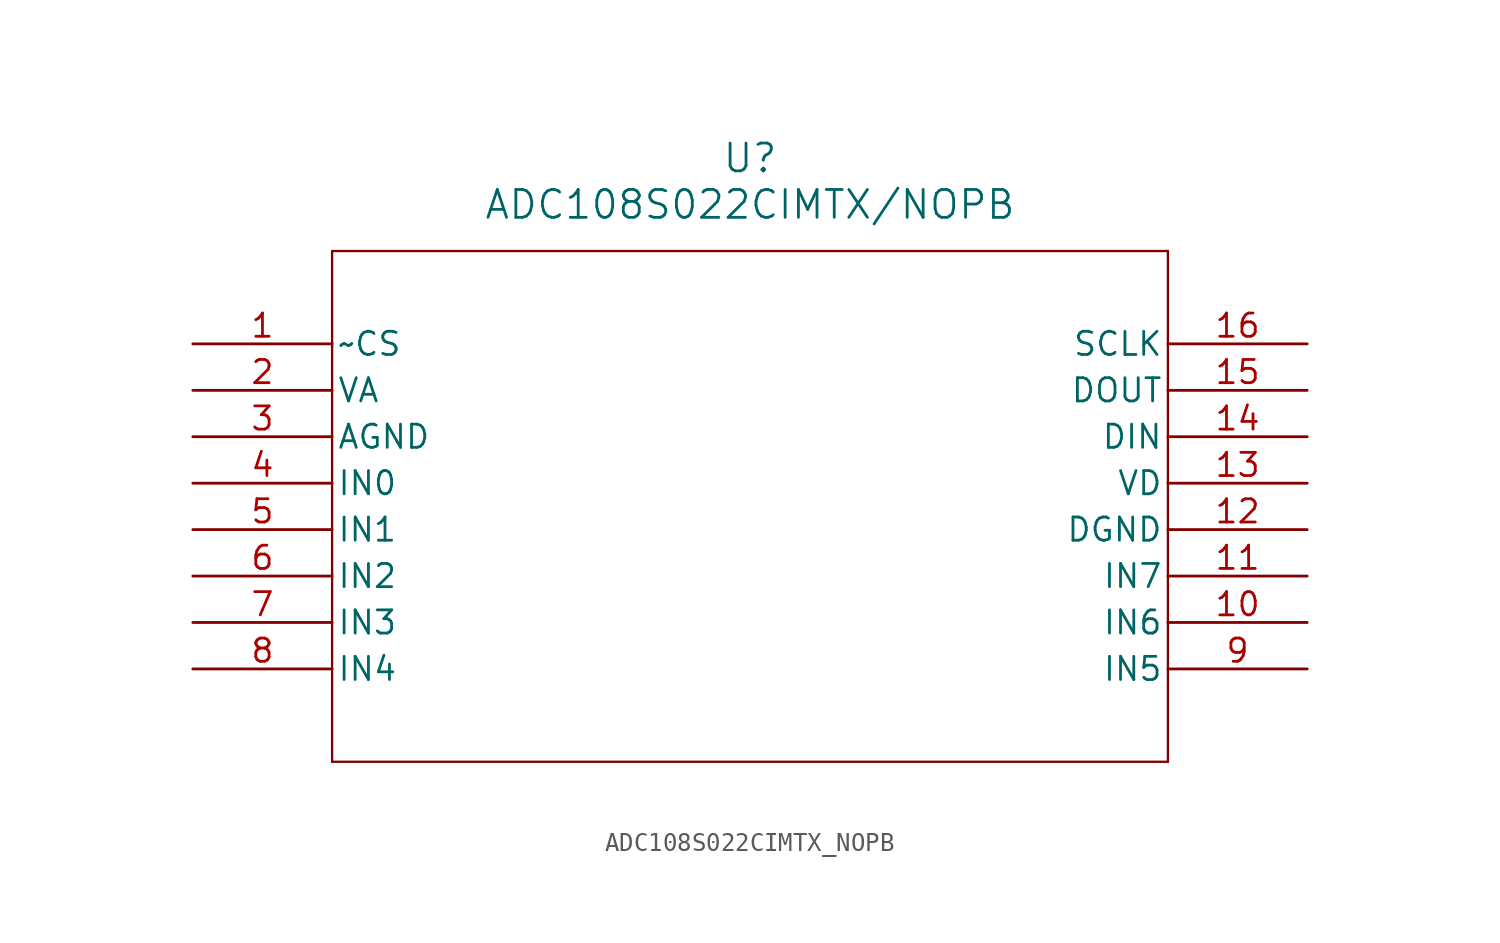
<source format=kicad_sym>
(kicad_symbol_lib
  (version 20211014)
  (generator kicad_symbol_editor)
  (symbol "ADC108S022CIMTX_NOPB"
    (pin_names
      (offset 0.254))
    (property "Reference" "U"
      (at 30.48 10.16 0)
      (effects (font (size 1.524 1.524))))
    (property "Value" "ADC108S022CIMTX/NOPB"
      (at 30.48 7.62 0)
      (effects (font (size 1.524 1.524))))
    (symbol "ADC108S022CIMTX_NOPB_0_1"
      (polyline (pts (xy 7.62 5.08) (xy 7.62 -22.86)) (stroke (width 0.127) (type default) (color 0 0 0 0)) (fill (type none)))
      (polyline (pts (xy 7.62 -22.86) (xy 53.34 -22.86)) (stroke (width 0.127) (type default) (color 0 0 0 0)) (fill (type none)))
      (polyline (pts (xy 53.34 -22.86) (xy 53.34 5.08)) (stroke (width 0.127) (type default) (color 0 0 0 0)) (fill (type none)))
      (polyline (pts (xy 53.34 5.08) (xy 7.62 5.08)) (stroke (width 0.127) (type default) (color 0 0 0 0)) (fill (type none)))
      (pin passive line (at 0 0 0) (length 7.62) (name "~CS" (effects (font (size 1.27 1.27)))) (number "1" (effects (font (size 1.27 1.27)))))
      (pin passive line (at 0 -2.54 0) (length 7.62) (name "VA" (effects (font (size 1.27 1.27)))) (number "2" (effects (font (size 1.27 1.27)))))
      (pin passive line (at 0 -5.08 0) (length 7.62) (name "AGND" (effects (font (size 1.27 1.27)))) (number "3" (effects (font (size 1.27 1.27)))))
      (pin input line (at 0 -7.62 0) (length 7.62) (name "IN0" (effects (font (size 1.27 1.27)))) (number "4" (effects (font (size 1.27 1.27)))))
      (pin input line (at 0 -10.16 0) (length 7.62) (name "IN1" (effects (font (size 1.27 1.27)))) (number "5" (effects (font (size 1.27 1.27)))))
      (pin input line (at 0 -12.7 0) (length 7.62) (name "IN2" (effects (font (size 1.27 1.27)))) (number "6" (effects (font (size 1.27 1.27)))))
      (pin input line (at 0 -15.24 0) (length 7.62) (name "IN3" (effects (font (size 1.27 1.27)))) (number "7" (effects (font (size 1.27 1.27)))))
      (pin input line (at 0 -17.78 0) (length 7.62) (name "IN4" (effects (font (size 1.27 1.27)))) (number "8" (effects (font (size 1.27 1.27)))))
      (pin input line (at 60.96 -17.78 180) (length 7.62) (name "IN5" (effects (font (size 1.27 1.27)))) (number "9" (effects (font (size 1.27 1.27)))))
      (pin input line (at 60.96 -15.24 180) (length 7.62) (name "IN6" (effects (font (size 1.27 1.27)))) (number "10" (effects (font (size 1.27 1.27)))))
      (pin input line (at 60.96 -12.7 180) (length 7.62) (name "IN7" (effects (font (size 1.27 1.27)))) (number "11" (effects (font (size 1.27 1.27)))))
      (pin passive line (at 60.96 -10.16 180) (length 7.62) (name "DGND" (effects (font (size 1.27 1.27)))) (number "12" (effects (font (size 1.27 1.27)))))
      (pin passive line (at 60.96 -7.62 180) (length 7.62) (name "VD" (effects (font (size 1.27 1.27)))) (number "13" (effects (font (size 1.27 1.27)))))
      (pin input line (at 60.96 -5.08 180) (length 7.62) (name "DIN" (effects (font (size 1.27 1.27)))) (number "14" (effects (font (size 1.27 1.27)))))
      (pin output line (at 60.96 -2.54 180) (length 7.62) (name "DOUT" (effects (font (size 1.27 1.27)))) (number "15" (effects (font (size 1.27 1.27)))))
      (pin passive line (at 60.96 0 180) (length 7.62) (name "SCLK" (effects (font (size 1.27 1.27)))) (number "16" (effects (font (size 1.27 1.27))))))))
</source>
